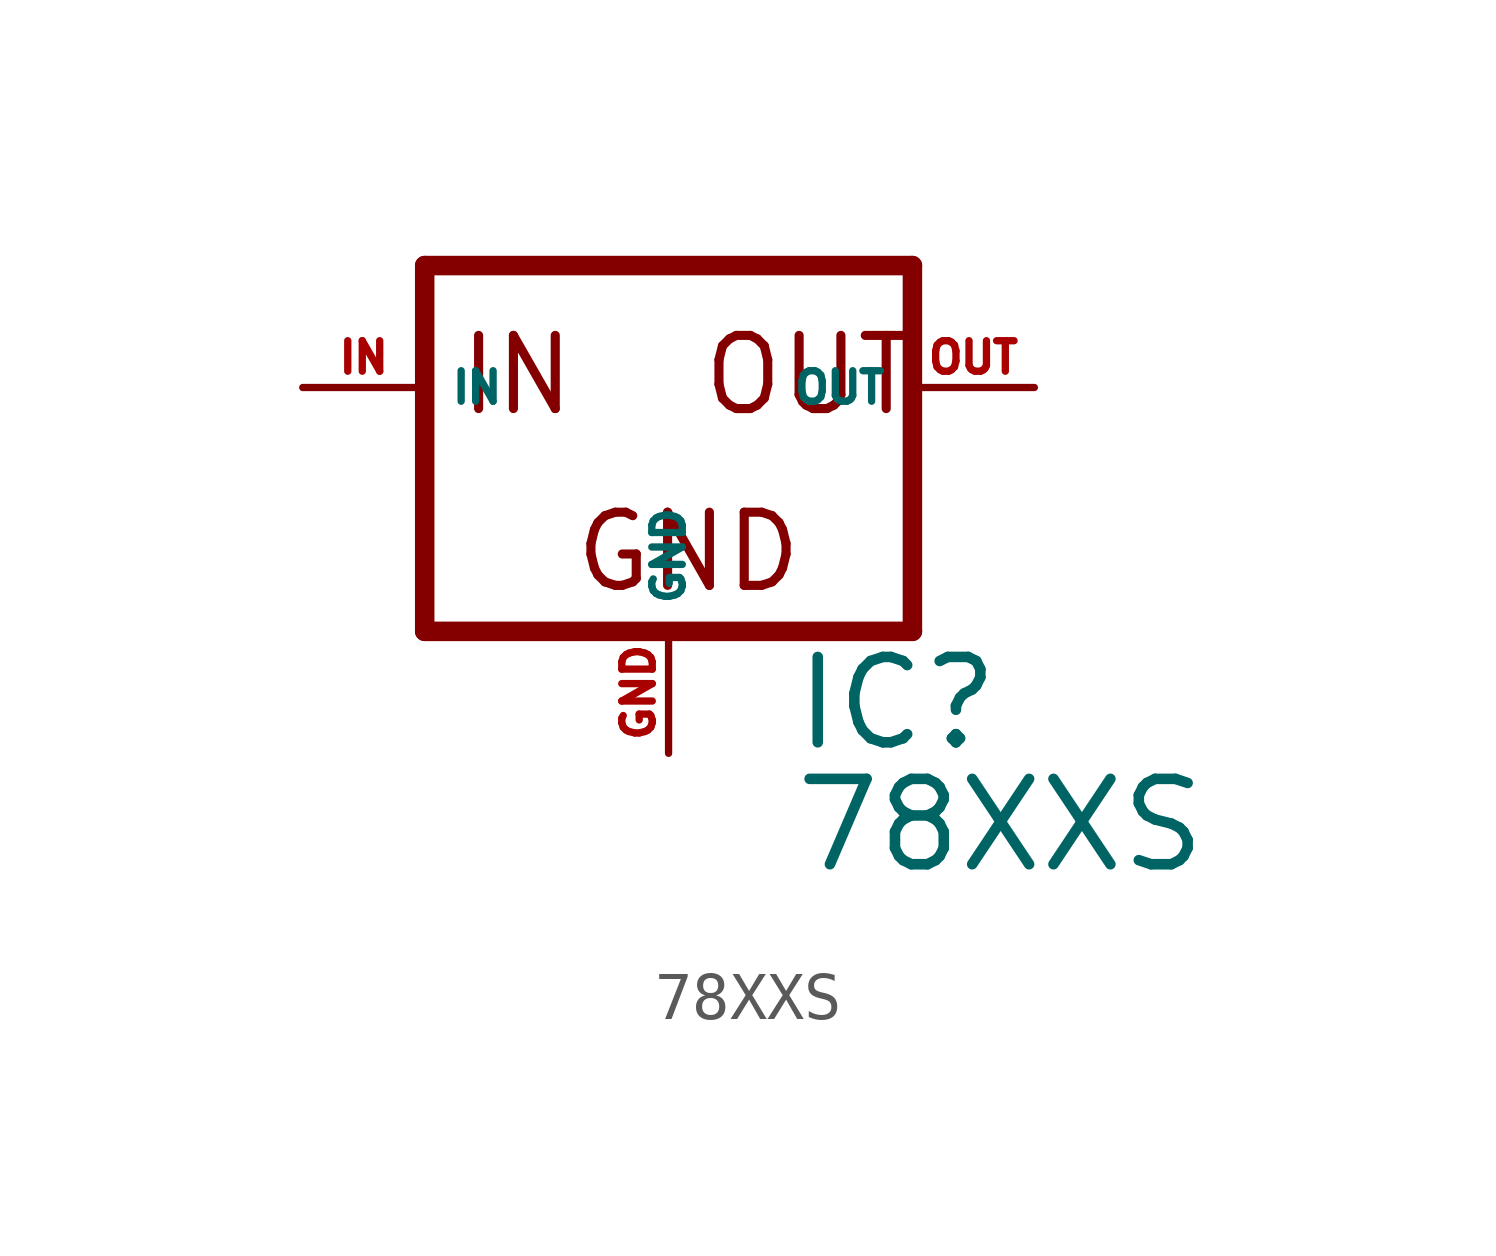
<source format=kicad_sym>
(kicad_symbol_lib
  (version 20220914)
  (generator Eagle2Kicad)
  (symbol "78XXS"
    (property "Reference" "IC"
      (at 2.54 -7.62 0)
      (effects (font (size 1.778 1.778) (thickness 0.22)) (justify left bottom)))
    (property "Value" "78XXS"
      (at 2.54 -10.16 0)
      (effects (font (size 1.778 1.778) (thickness 0.22)) (justify left bottom)))
    (polyline
      (pts (xy -5.08 -5.08) (xy 5.08 -5.08))
      (stroke (width 0.406) (type default))
      (fill (type none)))
    (polyline
      (pts (xy 5.08 -5.08) (xy 5.08 2.54))
      (stroke (width 0.406) (type default))
      (fill (type none)))
    (polyline
      (pts (xy 5.08 2.54) (xy -5.08 2.54))
      (stroke (width 0.406) (type default))
      (fill (type none)))
    (polyline
      (pts (xy -5.08 2.54) (xy -5.08 -5.08))
      (stroke (width 0.406) (type default))
      (fill (type none)))
    (text "GND"
      (at -2.032 -4.318 0)
      (effects (font (size 1.524 1.524) (thickness 0.19)) (justify left bottom)))
    (text "IN"
      (at -4.445 -0.635 0)
      (effects (font (size 1.524 1.524) (thickness 0.19)) (justify left bottom)))
    (text "OUT"
      (at 0.635 -0.635 0)
      (effects (font (size 1.524 1.524) (thickness 0.19)) (justify left bottom)))
    (pin input line
      (at -7.62 0 0)
      (length 2.54)
      (name "IN" (effects (font (size 0.635 0.635) (thickness 0.08)) (justify left bottom)))
      (number "IN" (effects (font (size 0.635 0.635) (thickness 0.08)) (justify left bottom))))
    (pin input line
      (at 0 -7.62 90)
      (length 2.54)
      (name "GND" (effects (font (size 0.635 0.635) (thickness 0.08)) (justify left bottom)))
      (number "GND" (effects (font (size 0.635 0.635) (thickness 0.08)) (justify left bottom))))
    (pin passive line
      (at 7.62 0 180)
      (length 2.54)
      (name "OUT" (effects (font (size 0.635 0.635) (thickness 0.08)) (justify left bottom)))
      (number "OUT" (effects (font (size 0.635 0.635) (thickness 0.08)) (justify left bottom))))))
</source>
